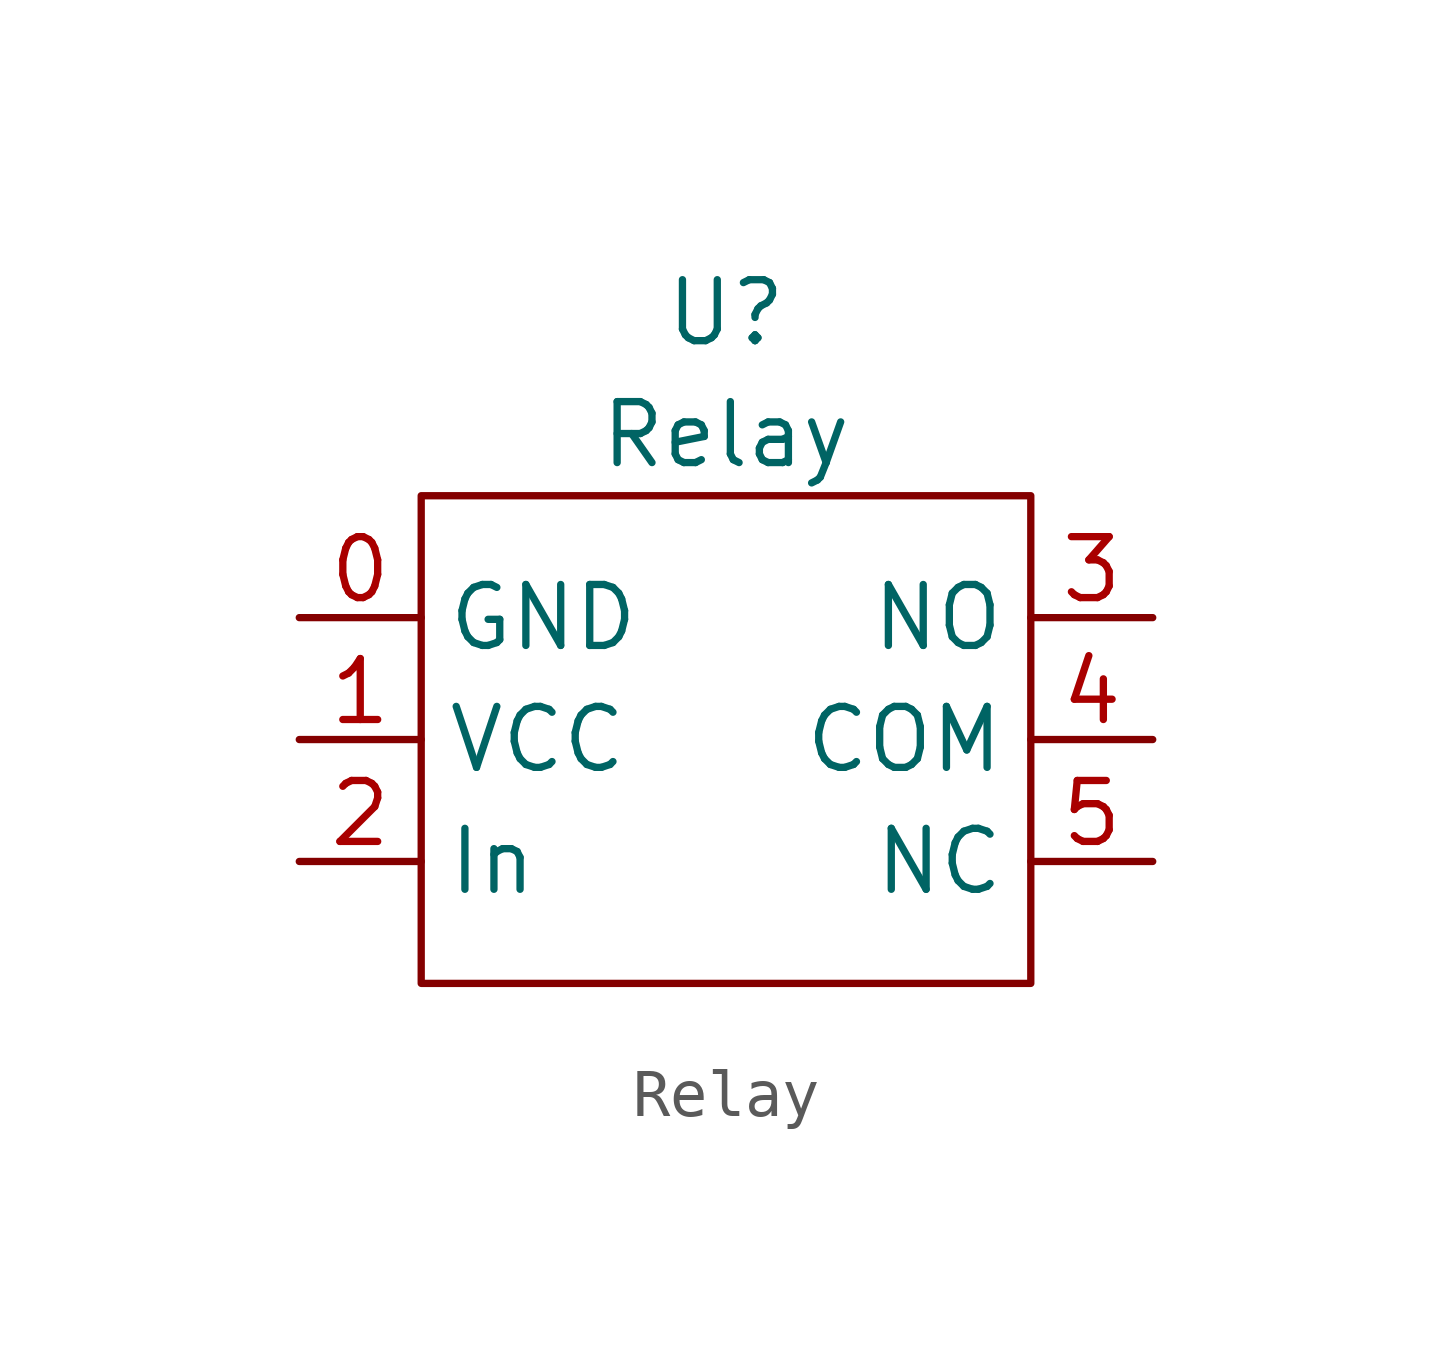
<source format=kicad_sym>
(kicad_symbol_lib
  (version 20211014)
  (generator kicad_symbol_editor)
  (symbol "Relay"
    (property "Reference" "U"
      (at 0 8.89 0)
      (effects (font (size 1.27 1.27))))
    (property "Value" "Relay"
      (at 0 6.35 0)
      (effects (font (size 1.27 1.27))))
    (symbol "Relay_0_1"
      (rectangle (start -6.35 5.08) (end 6.35 -5.08) (stroke (width 0) (type default) (color 0 0 0 0)) (fill (type none))))
    (symbol "Relay_1_1"
      (pin passive line (at -8.89 2.54 0) (length 2.54) (name "GND" (effects (font (size 1.27 1.27)))) (number "0" (effects (font (size 1.27 1.27)))))
      (pin passive line (at -8.89 0 0) (length 2.54) (name "VCC" (effects (font (size 1.27 1.27)))) (number "1" (effects (font (size 1.27 1.27)))))
      (pin passive line (at -8.89 -2.54 0) (length 2.54) (name "In" (effects (font (size 1.27 1.27)))) (number "2" (effects (font (size 1.27 1.27)))))
      (pin passive line (at 8.89 2.54 180) (length 2.54) (name "NO" (effects (font (size 1.27 1.27)))) (number "3" (effects (font (size 1.27 1.27)))))
      (pin passive line (at 8.89 0 180) (length 2.54) (name "COM" (effects (font (size 1.27 1.27)))) (number "4" (effects (font (size 1.27 1.27)))))
      (pin passive line (at 8.89 -2.54 180) (length 2.54) (name "NC" (effects (font (size 1.27 1.27)))) (number "5" (effects (font (size 1.27 1.27))))))))
</source>
